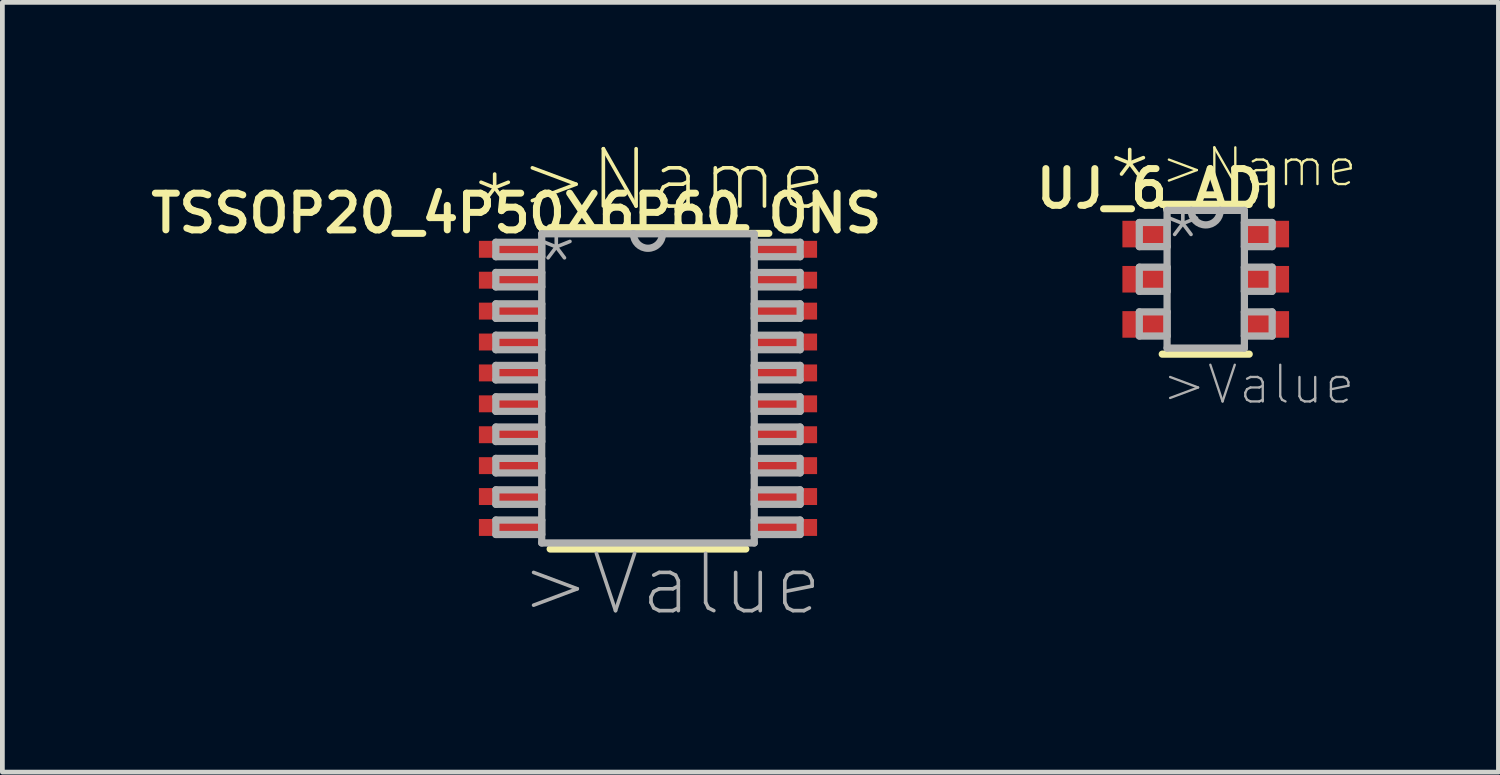
<source format=kicad_pcb>
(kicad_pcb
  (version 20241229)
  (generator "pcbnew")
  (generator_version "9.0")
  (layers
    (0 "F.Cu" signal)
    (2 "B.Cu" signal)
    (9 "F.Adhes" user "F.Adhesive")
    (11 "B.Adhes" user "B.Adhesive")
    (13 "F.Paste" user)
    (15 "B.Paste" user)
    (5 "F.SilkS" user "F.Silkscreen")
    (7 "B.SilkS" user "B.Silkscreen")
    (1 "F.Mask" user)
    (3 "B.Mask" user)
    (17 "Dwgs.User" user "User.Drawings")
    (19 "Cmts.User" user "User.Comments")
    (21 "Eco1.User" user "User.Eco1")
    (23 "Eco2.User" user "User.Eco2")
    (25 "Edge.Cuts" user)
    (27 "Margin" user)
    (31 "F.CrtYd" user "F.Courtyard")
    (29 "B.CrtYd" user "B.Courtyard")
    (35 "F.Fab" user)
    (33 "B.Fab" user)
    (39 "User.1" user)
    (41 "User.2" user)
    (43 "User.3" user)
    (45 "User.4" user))
  (footprint "UJ_6_ADI"
    (layer "F.Cu")
    (at 22.308 2.823)
    (property "Reference" "UJ_6_ADI" (at -0.991 -1.905 0) (layer "F.SilkS") (effects (font (size 0.772 0.772) (thickness 0.147))))
    (attr through_hole)
    (fp_line (start -0.914 1.575) (end 0.914 1.575) (stroke (width 0.152) (type solid)) (layer "F.SilkS"))
    (fp_line (start 0.914 -1.575) (end -0.914 -1.575) (stroke (width 0.152) (type solid)) (layer "F.SilkS"))
    (fp_line (start -1.397 -1.194) (end -1.397 -0.686) (stroke (width 0.152) (type solid)) (layer "F.Fab"))
    (fp_line (start -1.397 -0.686) (end -0.813 -0.686) (stroke (width 0.152) (type solid)) (layer "F.Fab"))
    (fp_line (start -1.397 -0.254) (end -1.397 0.254) (stroke (width 0.152) (type solid)) (layer "F.Fab"))
    (fp_line (start -1.397 0.254) (end -0.813 0.254) (stroke (width 0.152) (type solid)) (layer "F.Fab"))
    (fp_line (start -1.397 0.686) (end -1.397 1.194) (stroke (width 0.152) (type solid)) (layer "F.Fab"))
    (fp_line (start -1.397 1.194) (end -0.813 1.194) (stroke (width 0.152) (type solid)) (layer "F.Fab"))
    (fp_line (start -0.813 -1.448) (end -0.813 1.448) (stroke (width 0.152) (type solid)) (layer "F.Fab"))
    (fp_line (start -0.813 -1.194) (end -1.397 -1.194) (stroke (width 0.152) (type solid)) (layer "F.Fab"))
    (fp_line (start -0.813 -0.686) (end -0.813 -1.194) (stroke (width 0.152) (type solid)) (layer "F.Fab"))
    (fp_line (start -0.813 -0.254) (end -1.397 -0.254) (stroke (width 0.152) (type solid)) (layer "F.Fab"))
    (fp_line (start -0.813 0.254) (end -0.813 -0.254) (stroke (width 0.152) (type solid)) (layer "F.Fab"))
    (fp_line (start -0.813 0.686) (end -1.397 0.686) (stroke (width 0.152) (type solid)) (layer "F.Fab"))
    (fp_line (start -0.813 1.194) (end -0.813 0.686) (stroke (width 0.152) (type solid)) (layer "F.Fab"))
    (fp_line (start -0.813 1.448) (end 0.813 1.448) (stroke (width 0.152) (type solid)) (layer "F.Fab"))
    (fp_line (start -0.305 -1.448) (end -0.813 -1.448) (stroke (width 0.152) (type solid)) (layer "F.Fab"))
    (fp_line (start 0.305 -1.448) (end -0.305 -1.448) (stroke (width 0.152) (type solid)) (layer "F.Fab"))
    (fp_line (start 0.813 -1.448) (end 0.305 -1.448) (stroke (width 0.152) (type solid)) (layer "F.Fab"))
    (fp_line (start 0.813 -1.194) (end 0.813 -0.686) (stroke (width 0.152) (type solid)) (layer "F.Fab"))
    (fp_line (start 0.813 -0.686) (end 1.397 -0.686) (stroke (width 0.152) (type solid)) (layer "F.Fab"))
    (fp_line (start 0.813 -0.254) (end 0.813 0.254) (stroke (width 0.152) (type solid)) (layer "F.Fab"))
    (fp_line (start 0.813 0.254) (end 1.397 0.254) (stroke (width 0.152) (type solid)) (layer "F.Fab"))
    (fp_line (start 0.813 0.686) (end 0.813 1.194) (stroke (width 0.152) (type solid)) (layer "F.Fab"))
    (fp_line (start 0.813 1.194) (end 1.397 1.194) (stroke (width 0.152) (type solid)) (layer "F.Fab"))
    (fp_line (start 0.813 1.448) (end 0.813 -1.448) (stroke (width 0.152) (type solid)) (layer "F.Fab"))
    (fp_line (start 1.397 -1.194) (end 0.813 -1.194) (stroke (width 0.152) (type solid)) (layer "F.Fab"))
    (fp_line (start 1.397 -0.686) (end 1.397 -1.194) (stroke (width 0.152) (type solid)) (layer "F.Fab"))
    (fp_line (start 1.397 -0.254) (end 0.813 -0.254) (stroke (width 0.152) (type solid)) (layer "F.Fab"))
    (fp_line (start 1.397 0.254) (end 1.397 -0.254) (stroke (width 0.152) (type solid)) (layer "F.Fab"))
    (fp_line (start 1.397 0.686) (end 0.813 0.686) (stroke (width 0.152) (type solid)) (layer "F.Fab"))
    (fp_line (start 1.397 1.194) (end 1.397 0.686) (stroke (width 0.152) (type solid)) (layer "F.Fab"))
    (fp_arc (start 0.3048 -1.4478) (mid 0 -1.143) (end -0.3048 -1.4478) (stroke (width 0.1524) (type solid)) (layer "F.Fab"))
    (fp_text user ">Name" (at -0.991 -1.905 0) (layer "F.SilkS") (effects (font (size 0.772 0.772) (thickness 0.049)) (justify left bottom)))
    (fp_text user "*" (at -2.108 -1.372 0) (layer "F.SilkS") (effects (font (size 1.206 1.206) (thickness 0.076)) (justify left bottom)))
    (fp_text user "*" (at -0.991 -0.102 0) (layer "F.Fab") (effects (font (size 1.206 1.206) (thickness 0.076)) (justify left bottom)))
    (fp_text user ">Value" (at -0.965 2.667 0) (layer "F.Fab") (effects (font (size 0.772 0.772) (thickness 0.049)) (justify left bottom)))
    (pad "1" smd rect (at -1.276 -0.95) (size 0.953 0.559) (layers "F.Cu" "F.Mask" "F.Paste"))
    (pad "2" smd rect (at -1.276 0) (size 0.953 0.559) (layers "F.Cu" "F.Mask" "F.Paste"))
    (pad "3" smd rect (at -1.276 0.95) (size 0.953 0.559) (layers "F.Cu" "F.Mask" "F.Paste"))
    (pad "4" smd rect (at 1.276 0.95) (size 0.953 0.559) (layers "F.Cu" "F.Mask" "F.Paste"))
    (pad "5" smd rect (at 1.276 0) (size 0.953 0.559) (layers "F.Cu" "F.Mask" "F.Paste"))
    (pad "6" smd rect (at 1.276 -0.95) (size 0.953 0.559) (layers "F.Cu" "F.Mask" "F.Paste")))
  (footprint "TSSOP20_4P50X6P60_ONS"
    (layer "F.Cu")
    (at 10.578 5.118)
    (property "Reference" "TSSOP20_4P50X6P60_ONS" (at -2.769 -3.683 0) (layer "F.SilkS") (effects (font (size 0.772 0.772) (thickness 0.147))))
    (attr through_hole)
    (fp_line (start -2.057 3.378) (end 2.057 3.378) (stroke (width 0.152) (type solid)) (layer "F.SilkS"))
    (fp_line (start 2.057 -3.378) (end -2.057 -3.378) (stroke (width 0.152) (type solid)) (layer "F.SilkS"))
    (fp_line (start -3.2 -3.073) (end -3.2 -2.769) (stroke (width 0.152) (type solid)) (layer "F.Fab"))
    (fp_line (start -3.2 -2.769) (end -2.235 -2.769) (stroke (width 0.152) (type solid)) (layer "F.Fab"))
    (fp_line (start -3.2 -2.438) (end -3.2 -2.134) (stroke (width 0.152) (type solid)) (layer "F.Fab"))
    (fp_line (start -3.2 -2.134) (end -2.235 -2.134) (stroke (width 0.152) (type solid)) (layer "F.Fab"))
    (fp_line (start -3.2 -1.778) (end -3.2 -1.473) (stroke (width 0.152) (type solid)) (layer "F.Fab"))
    (fp_line (start -3.2 -1.473) (end -2.235 -1.473) (stroke (width 0.152) (type solid)) (layer "F.Fab"))
    (fp_line (start -3.2 -1.118) (end -3.2 -0.813) (stroke (width 0.152) (type solid)) (layer "F.Fab"))
    (fp_line (start -3.2 -0.813) (end -2.235 -0.813) (stroke (width 0.152) (type solid)) (layer "F.Fab"))
    (fp_line (start -3.2 -0.483) (end -3.2 -0.178) (stroke (width 0.152) (type solid)) (layer "F.Fab"))
    (fp_line (start -3.2 -0.178) (end -2.235 -0.178) (stroke (width 0.152) (type solid)) (layer "F.Fab"))
    (fp_line (start -3.2 0.178) (end -3.2 0.483) (stroke (width 0.152) (type solid)) (layer "F.Fab"))
    (fp_line (start -3.2 0.483) (end -2.235 0.483) (stroke (width 0.152) (type solid)) (layer "F.Fab"))
    (fp_line (start -3.2 0.813) (end -3.2 1.118) (stroke (width 0.152) (type solid)) (layer "F.Fab"))
    (fp_line (start -3.2 1.118) (end -2.235 1.118) (stroke (width 0.152) (type solid)) (layer "F.Fab"))
    (fp_line (start -3.2 1.473) (end -3.2 1.778) (stroke (width 0.152) (type solid)) (layer "F.Fab"))
    (fp_line (start -3.2 1.778) (end -2.235 1.778) (stroke (width 0.152) (type solid)) (layer "F.Fab"))
    (fp_line (start -3.2 2.134) (end -3.2 2.438) (stroke (width 0.152) (type solid)) (layer "F.Fab"))
    (fp_line (start -3.2 2.438) (end -2.235 2.438) (stroke (width 0.152) (type solid)) (layer "F.Fab"))
    (fp_line (start -3.2 2.769) (end -3.2 3.073) (stroke (width 0.152) (type solid)) (layer "F.Fab"))
    (fp_line (start -3.2 3.073) (end -2.235 3.073) (stroke (width 0.152) (type solid)) (layer "F.Fab"))
    (fp_line (start -2.235 -3.251) (end -2.235 3.251) (stroke (width 0.152) (type solid)) (layer "F.Fab"))
    (fp_line (start -2.235 -3.073) (end -3.2 -3.073) (stroke (width 0.152) (type solid)) (layer "F.Fab"))
    (fp_line (start -2.235 -2.769) (end -2.235 -3.073) (stroke (width 0.152) (type solid)) (layer "F.Fab"))
    (fp_line (start -2.235 -2.438) (end -3.2 -2.438) (stroke (width 0.152) (type solid)) (layer "F.Fab"))
    (fp_line (start -2.235 -2.134) (end -2.235 -2.438) (stroke (width 0.152) (type solid)) (layer "F.Fab"))
    (fp_line (start -2.235 -1.778) (end -3.2 -1.778) (stroke (width 0.152) (type solid)) (layer "F.Fab"))
    (fp_line (start -2.235 -1.473) (end -2.235 -1.778) (stroke (width 0.152) (type solid)) (layer "F.Fab"))
    (fp_line (start -2.235 -1.118) (end -3.2 -1.118) (stroke (width 0.152) (type solid)) (layer "F.Fab"))
    (fp_line (start -2.235 -0.813) (end -2.235 -1.118) (stroke (width 0.152) (type solid)) (layer "F.Fab"))
    (fp_line (start -2.235 -0.483) (end -3.2 -0.483) (stroke (width 0.152) (type solid)) (layer "F.Fab"))
    (fp_line (start -2.235 -0.178) (end -2.235 -0.483) (stroke (width 0.152) (type solid)) (layer "F.Fab"))
    (fp_line (start -2.235 0.178) (end -3.2 0.178) (stroke (width 0.152) (type solid)) (layer "F.Fab"))
    (fp_line (start -2.235 0.483) (end -2.235 0.178) (stroke (width 0.152) (type solid)) (layer "F.Fab"))
    (fp_line (start -2.235 0.813) (end -3.2 0.813) (stroke (width 0.152) (type solid)) (layer "F.Fab"))
    (fp_line (start -2.235 1.118) (end -2.235 0.813) (stroke (width 0.152) (type solid)) (layer "F.Fab"))
    (fp_line (start -2.235 1.473) (end -3.2 1.473) (stroke (width 0.152) (type solid)) (layer "F.Fab"))
    (fp_line (start -2.235 1.778) (end -2.235 1.473) (stroke (width 0.152) (type solid)) (layer "F.Fab"))
    (fp_line (start -2.235 2.134) (end -3.2 2.134) (stroke (width 0.152) (type solid)) (layer "F.Fab"))
    (fp_line (start -2.235 2.438) (end -2.235 2.134) (stroke (width 0.152) (type solid)) (layer "F.Fab"))
    (fp_line (start -2.235 2.769) (end -3.2 2.769) (stroke (width 0.152) (type solid)) (layer "F.Fab"))
    (fp_line (start -2.235 3.073) (end -2.235 2.769) (stroke (width 0.152) (type solid)) (layer "F.Fab"))
    (fp_line (start -2.235 3.251) (end 2.235 3.251) (stroke (width 0.152) (type solid)) (layer "F.Fab"))
    (fp_line (start -0.305 -3.251) (end -2.235 -3.251) (stroke (width 0.152) (type solid)) (layer "F.Fab"))
    (fp_line (start 0.305 -3.251) (end -0.305 -3.251) (stroke (width 0.152) (type solid)) (layer "F.Fab"))
    (fp_line (start 2.235 -3.251) (end 0.305 -3.251) (stroke (width 0.152) (type solid)) (layer "F.Fab"))
    (fp_line (start 2.235 -3.073) (end 2.235 -2.769) (stroke (width 0.152) (type solid)) (layer "F.Fab"))
    (fp_line (start 2.235 -2.769) (end 3.2 -2.769) (stroke (width 0.152) (type solid)) (layer "F.Fab"))
    (fp_line (start 2.235 -2.438) (end 2.235 -2.134) (stroke (width 0.152) (type solid)) (layer "F.Fab"))
    (fp_line (start 2.235 -2.134) (end 3.2 -2.134) (stroke (width 0.152) (type solid)) (layer "F.Fab"))
    (fp_line (start 2.235 -1.778) (end 2.235 -1.473) (stroke (width 0.152) (type solid)) (layer "F.Fab"))
    (fp_line (start 2.235 -1.473) (end 3.2 -1.473) (stroke (width 0.152) (type solid)) (layer "F.Fab"))
    (fp_line (start 2.235 -1.118) (end 2.235 -0.813) (stroke (width 0.152) (type solid)) (layer "F.Fab"))
    (fp_line (start 2.235 -0.813) (end 3.2 -0.813) (stroke (width 0.152) (type solid)) (layer "F.Fab"))
    (fp_line (start 2.235 -0.483) (end 2.235 -0.178) (stroke (width 0.152) (type solid)) (layer "F.Fab"))
    (fp_line (start 2.235 -0.178) (end 3.2 -0.178) (stroke (width 0.152) (type solid)) (layer "F.Fab"))
    (fp_line (start 2.235 0.178) (end 2.235 0.483) (stroke (width 0.152) (type solid)) (layer "F.Fab"))
    (fp_line (start 2.235 0.483) (end 3.2 0.483) (stroke (width 0.152) (type solid)) (layer "F.Fab"))
    (fp_line (start 2.235 0.813) (end 2.235 1.118) (stroke (width 0.152) (type solid)) (layer "F.Fab"))
    (fp_line (start 2.235 1.118) (end 3.2 1.118) (stroke (width 0.152) (type solid)) (layer "F.Fab"))
    (fp_line (start 2.235 1.473) (end 2.235 1.778) (stroke (width 0.152) (type solid)) (layer "F.Fab"))
    (fp_line (start 2.235 1.778) (end 3.2 1.778) (stroke (width 0.152) (type solid)) (layer "F.Fab"))
    (fp_line (start 2.235 2.134) (end 2.235 2.438) (stroke (width 0.152) (type solid)) (layer "F.Fab"))
    (fp_line (start 2.235 2.438) (end 3.2 2.438) (stroke (width 0.152) (type solid)) (layer "F.Fab"))
    (fp_line (start 2.235 2.769) (end 2.235 3.073) (stroke (width 0.152) (type solid)) (layer "F.Fab"))
    (fp_line (start 2.235 3.073) (end 3.2 3.073) (stroke (width 0.152) (type solid)) (layer "F.Fab"))
    (fp_line (start 2.235 3.251) (end 2.235 -3.251) (stroke (width 0.152) (type solid)) (layer "F.Fab"))
    (fp_line (start 3.2 -3.073) (end 2.235 -3.073) (stroke (width 0.152) (type solid)) (layer "F.Fab"))
    (fp_line (start 3.2 -2.769) (end 3.2 -3.073) (stroke (width 0.152) (type solid)) (layer "F.Fab"))
    (fp_line (start 3.2 -2.438) (end 2.235 -2.438) (stroke (width 0.152) (type solid)) (layer "F.Fab"))
    (fp_line (start 3.2 -2.134) (end 3.2 -2.438) (stroke (width 0.152) (type solid)) (layer "F.Fab"))
    (fp_line (start 3.2 -1.778) (end 2.235 -1.778) (stroke (width 0.152) (type solid)) (layer "F.Fab"))
    (fp_line (start 3.2 -1.473) (end 3.2 -1.778) (stroke (width 0.152) (type solid)) (layer "F.Fab"))
    (fp_line (start 3.2 -1.118) (end 2.235 -1.118) (stroke (width 0.152) (type solid)) (layer "F.Fab"))
    (fp_line (start 3.2 -0.813) (end 3.2 -1.118) (stroke (width 0.152) (type solid)) (layer "F.Fab"))
    (fp_line (start 3.2 -0.483) (end 2.235 -0.483) (stroke (width 0.152) (type solid)) (layer "F.Fab"))
    (fp_line (start 3.2 -0.178) (end 3.2 -0.483) (stroke (width 0.152) (type solid)) (layer "F.Fab"))
    (fp_line (start 3.2 0.178) (end 2.235 0.178) (stroke (width 0.152) (type solid)) (layer "F.Fab"))
    (fp_line (start 3.2 0.483) (end 3.2 0.178) (stroke (width 0.152) (type solid)) (layer "F.Fab"))
    (fp_line (start 3.2 0.813) (end 2.235 0.813) (stroke (width 0.152) (type solid)) (layer "F.Fab"))
    (fp_line (start 3.2 1.118) (end 3.2 0.813) (stroke (width 0.152) (type solid)) (layer "F.Fab"))
    (fp_line (start 3.2 1.473) (end 2.235 1.473) (stroke (width 0.152) (type solid)) (layer "F.Fab"))
    (fp_line (start 3.2 1.778) (end 3.2 1.473) (stroke (width 0.152) (type solid)) (layer "F.Fab"))
    (fp_line (start 3.2 2.134) (end 2.235 2.134) (stroke (width 0.152) (type solid)) (layer "F.Fab"))
    (fp_line (start 3.2 2.438) (end 3.2 2.134) (stroke (width 0.152) (type solid)) (layer "F.Fab"))
    (fp_line (start 3.2 2.769) (end 2.235 2.769) (stroke (width 0.152) (type solid)) (layer "F.Fab"))
    (fp_line (start 3.2 3.073) (end 3.2 2.769) (stroke (width 0.152) (type solid)) (layer "F.Fab"))
    (fp_arc (start 0.3048 -3.2512) (mid 0 -2.9464) (end -0.3048 -3.2512) (stroke (width 0.1524) (type solid)) (layer "F.Fab"))
    (fp_text user "*" (at -3.734 -3.15 0) (layer "F.SilkS") (effects (font (size 1.206 1.206) (thickness 0.076)) (justify left bottom)))
    (fp_text user ">Name" (at -2.769 -3.683 0) (layer "F.SilkS") (effects (font (size 1.206 1.206) (thickness 0.076)) (justify left bottom)))
    (fp_text user ">Value" (at -2.743 4.826 0) (layer "F.Fab") (effects (font (size 1.206 1.206) (thickness 0.076)) (justify left bottom)))
    (fp_text user "*" (at -2.438 -1.905 0) (layer "F.Fab") (effects (font (size 1.206 1.206) (thickness 0.076)) (justify left bottom)))
    (pad "1" smd rect (at -2.902 -2.925) (size 1.308 0.356) (layers "F.Cu" "F.Mask" "F.Paste"))
    (pad "2" smd rect (at -2.902 -2.275) (size 1.308 0.356) (layers "F.Cu" "F.Mask" "F.Paste"))
    (pad "3" smd rect (at -2.902 -1.625) (size 1.308 0.356) (layers "F.Cu" "F.Mask" "F.Paste"))
    (pad "4" smd rect (at -2.902 -0.975) (size 1.308 0.356) (layers "F.Cu" "F.Mask" "F.Paste"))
    (pad "5" smd rect (at -2.902 -0.325) (size 1.308 0.356) (layers "F.Cu" "F.Mask" "F.Paste"))
    (pad "6" smd rect (at -2.902 0.325) (size 1.308 0.356) (layers "F.Cu" "F.Mask" "F.Paste"))
    (pad "7" smd rect (at -2.902 0.975) (size 1.308 0.356) (layers "F.Cu" "F.Mask" "F.Paste"))
    (pad "8" smd rect (at -2.902 1.625) (size 1.308 0.356) (layers "F.Cu" "F.Mask" "F.Paste"))
    (pad "9" smd rect (at -2.902 2.275) (size 1.308 0.356) (layers "F.Cu" "F.Mask" "F.Paste"))
    (pad "10" smd rect (at -2.902 2.925) (size 1.308 0.356) (layers "F.Cu" "F.Mask" "F.Paste"))
    (pad "11" smd rect (at 2.902 2.925) (size 1.308 0.356) (layers "F.Cu" "F.Mask" "F.Paste"))
    (pad "12" smd rect (at 2.902 2.275) (size 1.308 0.356) (layers "F.Cu" "F.Mask" "F.Paste"))
    (pad "13" smd rect (at 2.902 1.625) (size 1.308 0.356) (layers "F.Cu" "F.Mask" "F.Paste"))
    (pad "14" smd rect (at 2.902 0.975) (size 1.308 0.356) (layers "F.Cu" "F.Mask" "F.Paste"))
    (pad "15" smd rect (at 2.902 0.325) (size 1.308 0.356) (layers "F.Cu" "F.Mask" "F.Paste"))
    (pad "16" smd rect (at 2.902 -0.325) (size 1.308 0.356) (layers "F.Cu" "F.Mask" "F.Paste"))
    (pad "17" smd rect (at 2.902 -0.975) (size 1.308 0.356) (layers "F.Cu" "F.Mask" "F.Paste"))
    (pad "18" smd rect (at 2.902 -1.625) (size 1.308 0.356) (layers "F.Cu" "F.Mask" "F.Paste"))
    (pad "19" smd rect (at 2.902 -2.275) (size 1.308 0.356) (layers "F.Cu" "F.Mask" "F.Paste"))
    (pad "20" smd rect (at 2.902 -2.925) (size 1.308 0.356) (layers "F.Cu" "F.Mask" "F.Paste")))
  (gr_rect
    (start -3 -3)
    (end 28.464 13.188)
    (stroke (width 0.1) (type default))
    (fill no)
    (layer "Edge.Cuts")))
</source>
